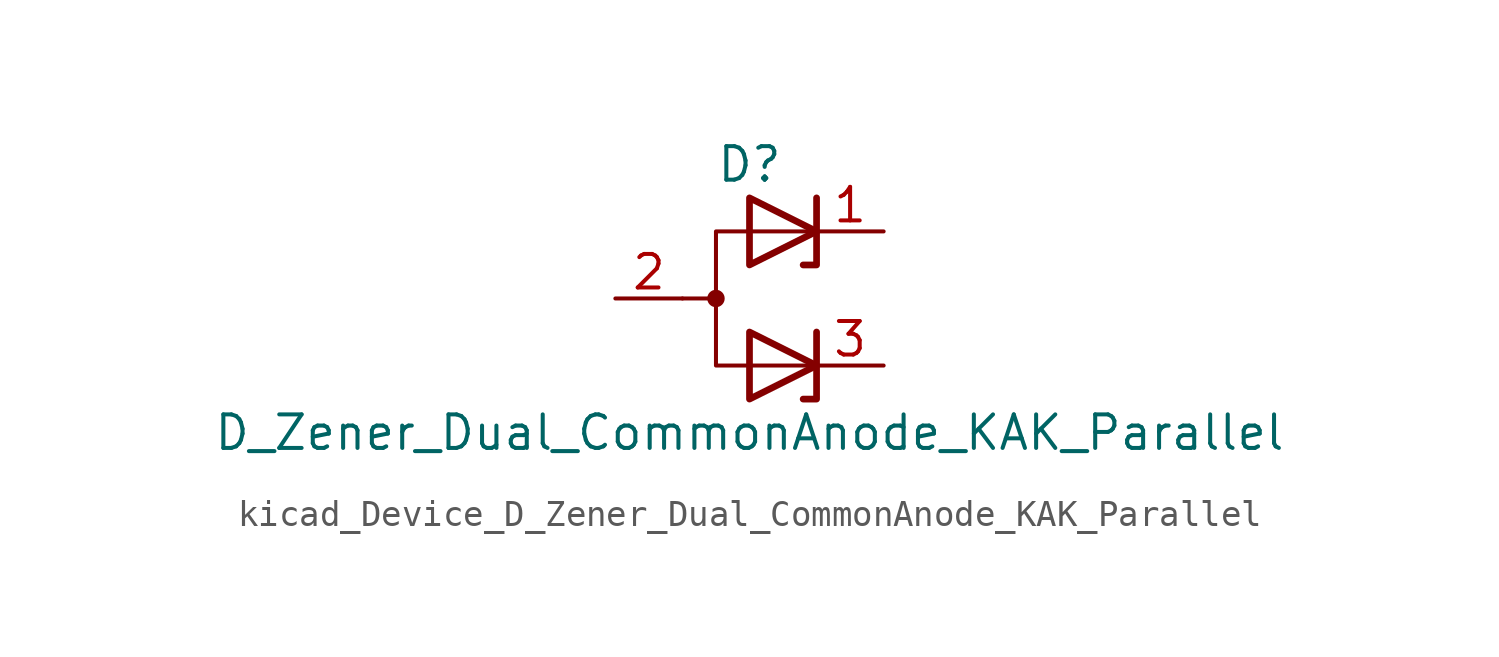
<source format=kicad_sym>
(kicad_symbol_lib
  (version 20220914)
  (generator kicad_symbol_editor)
  (symbol "kicad_Device_D_Zener_Dual_CommonAnode_KAK_Parallel"
    (pin_names
      (offset 0.762) hide)
    (property "Reference" "D"
      (at 0 5.08 0)
      (effects (font (size 1.27 1.27))))
    (property "Value" "D_Zener_Dual_CommonAnode_KAK_Parallel"
      (at 0 -5.08 0)
      (effects (font (size 1.27 1.27))))
    (symbol "kicad_Device_D_Zener_Dual_CommonAnode_KAK_Parallel_0_0"
      (polyline (pts (xy 2.032 1.27) (xy 2.54 1.27) (xy 2.54 3.81)) (stroke (width 0.254) (type default)) (fill (type none)))
      (polyline (pts (xy 2.54 -1.27) (xy 2.54 -3.81) (xy 2.032 -3.81)) (stroke (width 0.254) (type default)) (fill (type none))))
    (symbol "kicad_Device_D_Zener_Dual_CommonAnode_KAK_Parallel_0_1"
      (circle (center -1.27 0) (radius 0.254) (stroke (width 0) (type default)) (fill (type outline)))
      (polyline (pts (xy -1.27 0) (xy -2.54 0)) (stroke (width 0) (type default)) (fill (type none)))
      (polyline (pts (xy 2.54 2.54) (xy -1.27 2.54) (xy -1.27 -2.54) (xy 2.54 -2.54)) (stroke (width 0) (type default)) (fill (type none)))
      (polyline (pts (xy 0 -1.27) (xy 2.54 -2.54) (xy 0 -3.81) (xy 0 -1.27) (xy 0 -1.27) (xy 0 -1.27)) (stroke (width 0.254) (type default)) (fill (type none)))
      (polyline (pts (xy 0 3.81) (xy 2.54 2.54) (xy 0 1.27) (xy 0 3.81) (xy 0 3.81) (xy 0 3.81)) (stroke (width 0.254) (type default)) (fill (type none)))
      (pin passive line (at 5.08 2.54 180) (length 2.54) (name "K" (effects (font (size 1.27 1.27)))) (number "1" (effects (font (size 1.27 1.27)))))
      (pin passive line (at -5.08 0 0) (length 2.54) (name "A" (effects (font (size 1.27 1.27)))) (number "2" (effects (font (size 1.27 1.27)))))
      (pin passive line (at 5.08 -2.54 180) (length 2.54) (name "K" (effects (font (size 1.27 1.27)))) (number "3" (effects (font (size 1.27 1.27))))))))
</source>
